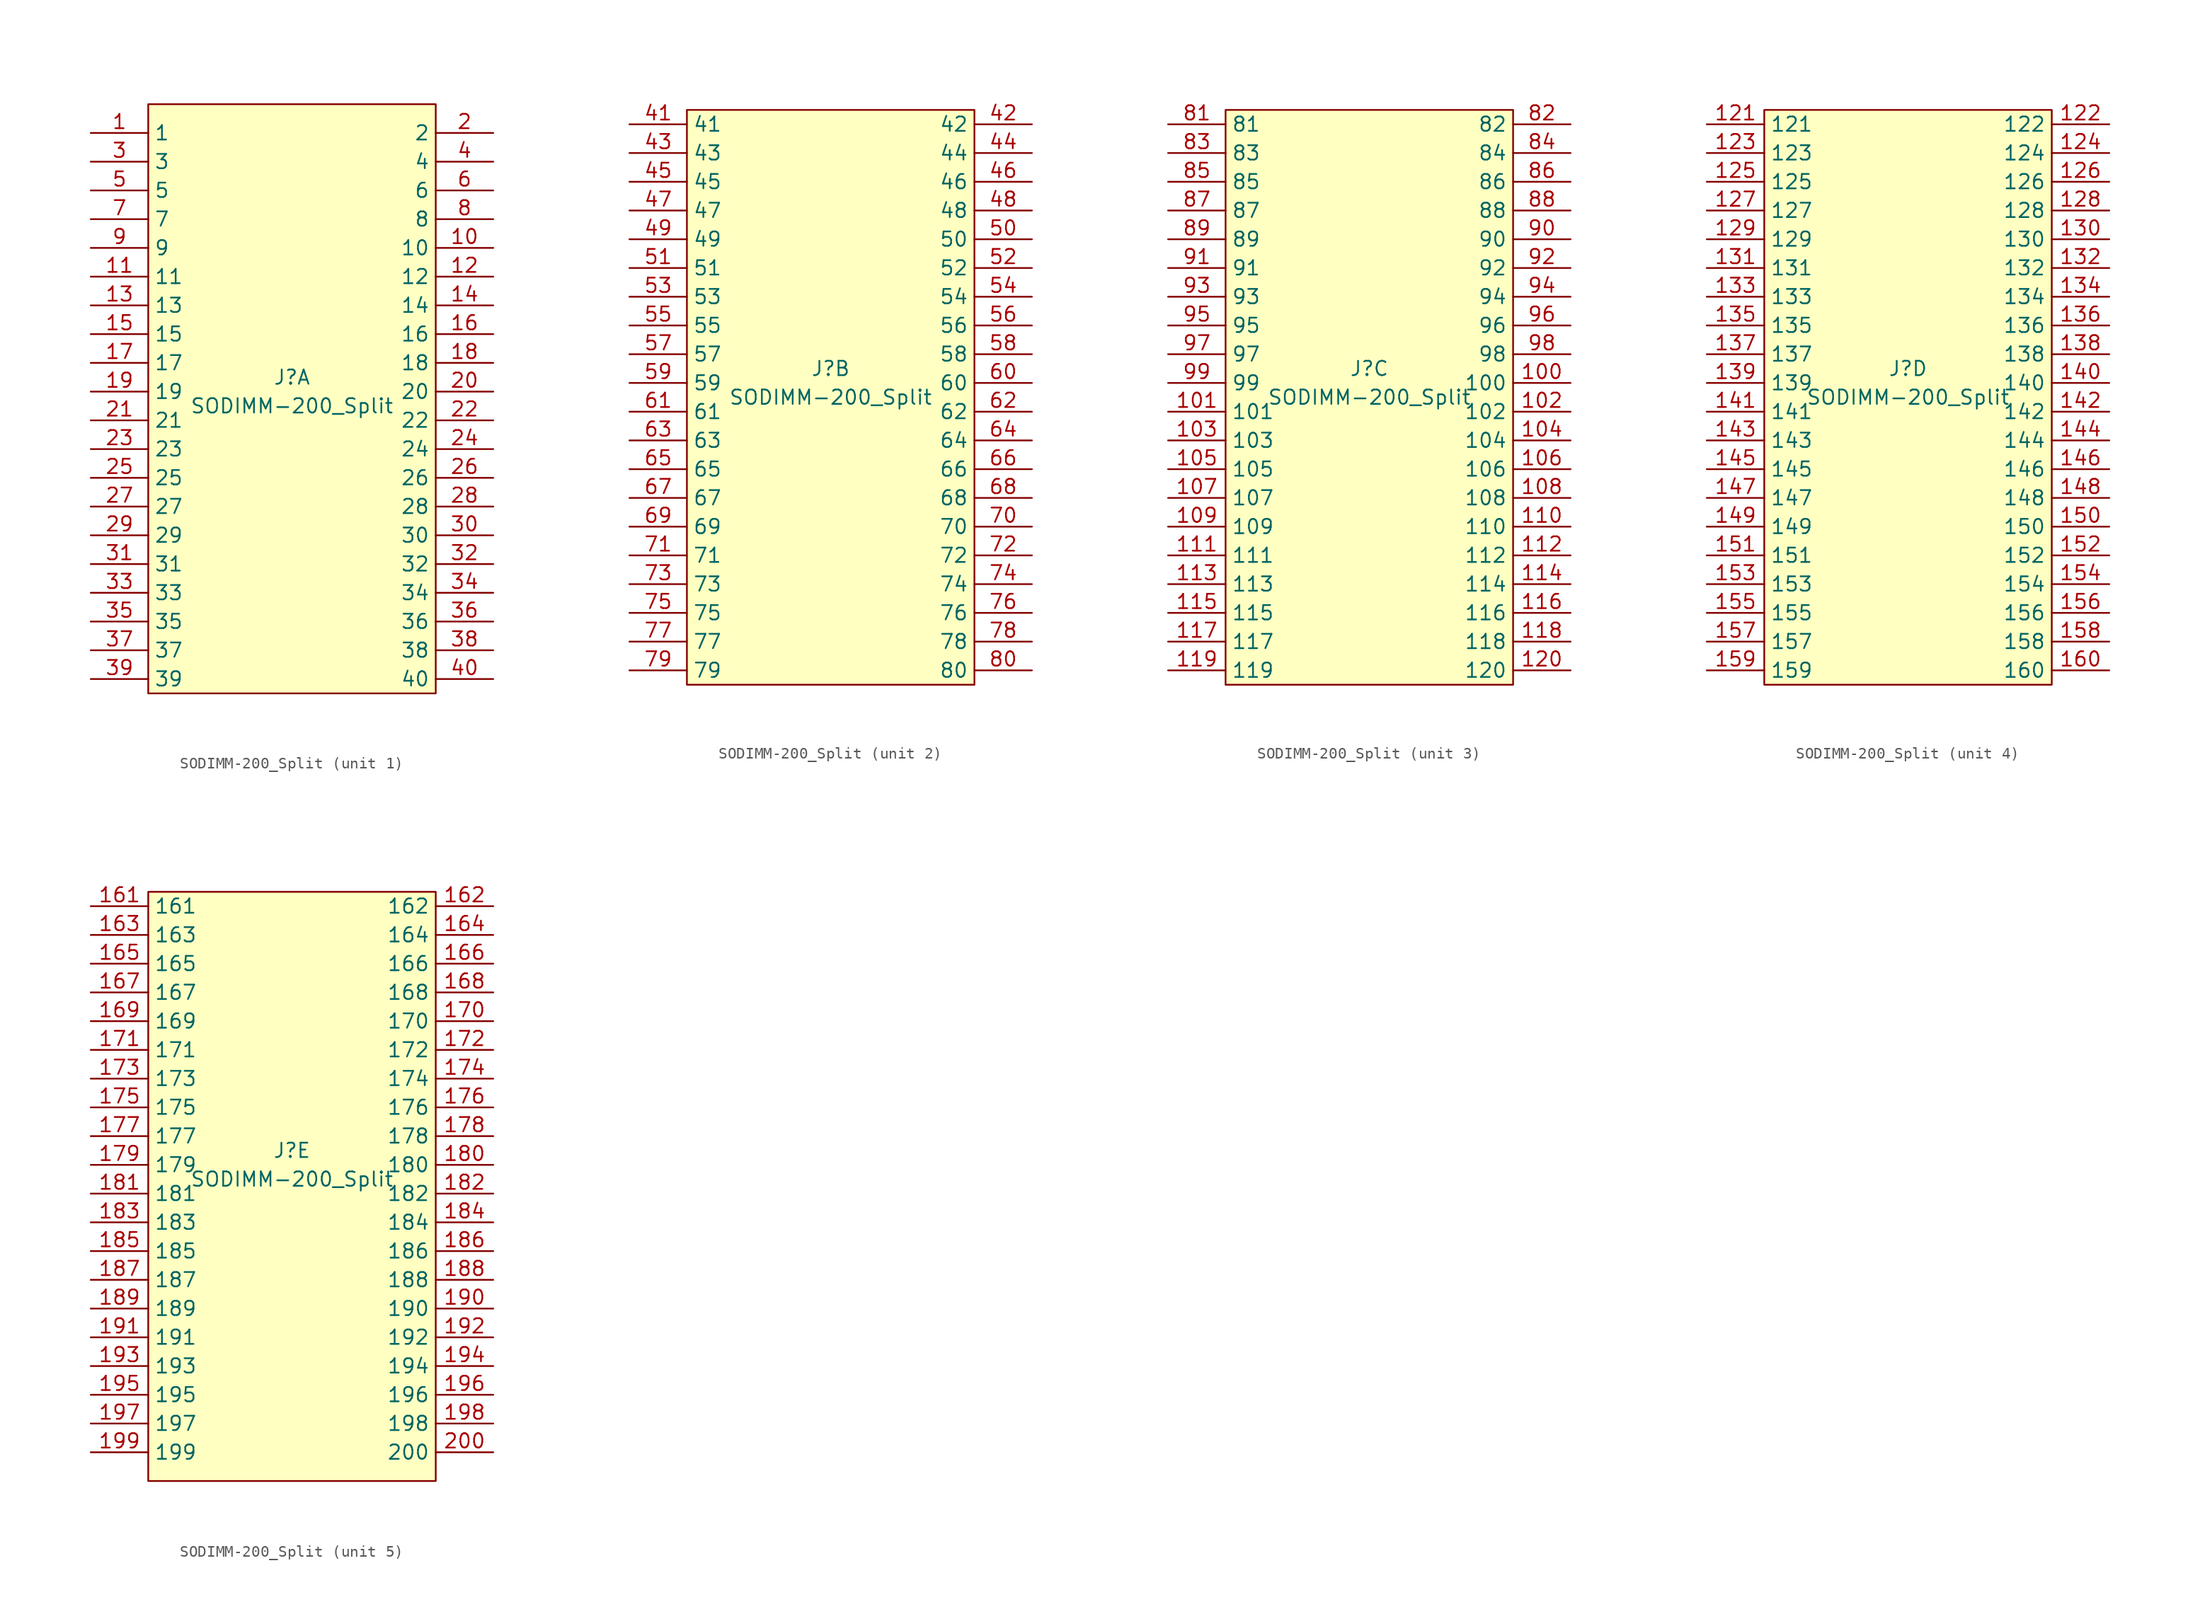
<source format=kicad_sym>
(kicad_symbol_lib
  (version 20201005)
  (generator kicad_symbol_editor)
  (symbol "SODIMM-200_Split"
    (property "Reference" "J"
      (at 0 1.27 0)
      (effects (font (size 1.27 1.27))))
    (property "Value" "SODIMM-200_Split"
      (at 0 -1.27 0)
      (effects (font (size 1.27 1.27))))
    (property "ki_locked" ""
      (at 0 0 0)
      (effects (font (size 1.27 1.27))))
    (symbol "SODIMM-200_Split_1_1"
      (rectangle (start -12.7 25.4) (end 12.7 -26.67) (stroke (width 0)) (fill (type background)))
      (pin passive line (at -17.78 22.86 0) (length 5.08) (name "1" (effects (font (size 1.27 1.27)))) (number "1" (effects (font (size 1.27 1.27)))))
      (pin passive line (at 17.78 12.7 180) (length 5.08) (name "10" (effects (font (size 1.27 1.27)))) (number "10" (effects (font (size 1.27 1.27)))))
      (pin passive line (at -17.78 10.16 0) (length 5.08) (name "11" (effects (font (size 1.27 1.27)))) (number "11" (effects (font (size 1.27 1.27)))))
      (pin passive line (at 17.78 10.16 180) (length 5.08) (name "12" (effects (font (size 1.27 1.27)))) (number "12" (effects (font (size 1.27 1.27)))))
      (pin passive line (at -17.78 7.62 0) (length 5.08) (name "13" (effects (font (size 1.27 1.27)))) (number "13" (effects (font (size 1.27 1.27)))))
      (pin passive line (at 17.78 7.62 180) (length 5.08) (name "14" (effects (font (size 1.27 1.27)))) (number "14" (effects (font (size 1.27 1.27)))))
      (pin passive line (at -17.78 5.08 0) (length 5.08) (name "15" (effects (font (size 1.27 1.27)))) (number "15" (effects (font (size 1.27 1.27)))))
      (pin passive line (at 17.78 5.08 180) (length 5.08) (name "16" (effects (font (size 1.27 1.27)))) (number "16" (effects (font (size 1.27 1.27)))))
      (pin passive line (at -17.78 2.54 0) (length 5.08) (name "17" (effects (font (size 1.27 1.27)))) (number "17" (effects (font (size 1.27 1.27)))))
      (pin passive line (at 17.78 2.54 180) (length 5.08) (name "18" (effects (font (size 1.27 1.27)))) (number "18" (effects (font (size 1.27 1.27)))))
      (pin passive line (at -17.78 0 0) (length 5.08) (name "19" (effects (font (size 1.27 1.27)))) (number "19" (effects (font (size 1.27 1.27)))))
      (pin passive line (at 17.78 22.86 180) (length 5.08) (name "2" (effects (font (size 1.27 1.27)))) (number "2" (effects (font (size 1.27 1.27)))))
      (pin passive line (at 17.78 0 180) (length 5.08) (name "20" (effects (font (size 1.27 1.27)))) (number "20" (effects (font (size 1.27 1.27)))))
      (pin passive line (at -17.78 -2.54 0) (length 5.08) (name "21" (effects (font (size 1.27 1.27)))) (number "21" (effects (font (size 1.27 1.27)))))
      (pin passive line (at 17.78 -2.54 180) (length 5.08) (name "22" (effects (font (size 1.27 1.27)))) (number "22" (effects (font (size 1.27 1.27)))))
      (pin passive line (at -17.78 -5.08 0) (length 5.08) (name "23" (effects (font (size 1.27 1.27)))) (number "23" (effects (font (size 1.27 1.27)))))
      (pin passive line (at 17.78 -5.08 180) (length 5.08) (name "24" (effects (font (size 1.27 1.27)))) (number "24" (effects (font (size 1.27 1.27)))))
      (pin passive line (at -17.78 -7.62 0) (length 5.08) (name "25" (effects (font (size 1.27 1.27)))) (number "25" (effects (font (size 1.27 1.27)))))
      (pin passive line (at 17.78 -7.62 180) (length 5.08) (name "26" (effects (font (size 1.27 1.27)))) (number "26" (effects (font (size 1.27 1.27)))))
      (pin passive line (at -17.78 -10.16 0) (length 5.08) (name "27" (effects (font (size 1.27 1.27)))) (number "27" (effects (font (size 1.27 1.27)))))
      (pin passive line (at 17.78 -10.16 180) (length 5.08) (name "28" (effects (font (size 1.27 1.27)))) (number "28" (effects (font (size 1.27 1.27)))))
      (pin passive line (at -17.78 -12.7 0) (length 5.08) (name "29" (effects (font (size 1.27 1.27)))) (number "29" (effects (font (size 1.27 1.27)))))
      (pin passive line (at -17.78 20.32 0) (length 5.08) (name "3" (effects (font (size 1.27 1.27)))) (number "3" (effects (font (size 1.27 1.27)))))
      (pin passive line (at 17.78 -12.7 180) (length 5.08) (name "30" (effects (font (size 1.27 1.27)))) (number "30" (effects (font (size 1.27 1.27)))))
      (pin passive line (at -17.78 -15.24 0) (length 5.08) (name "31" (effects (font (size 1.27 1.27)))) (number "31" (effects (font (size 1.27 1.27)))))
      (pin passive line (at 17.78 -15.24 180) (length 5.08) (name "32" (effects (font (size 1.27 1.27)))) (number "32" (effects (font (size 1.27 1.27)))))
      (pin passive line (at -17.78 -17.78 0) (length 5.08) (name "33" (effects (font (size 1.27 1.27)))) (number "33" (effects (font (size 1.27 1.27)))))
      (pin passive line (at 17.78 -17.78 180) (length 5.08) (name "34" (effects (font (size 1.27 1.27)))) (number "34" (effects (font (size 1.27 1.27)))))
      (pin passive line (at -17.78 -20.32 0) (length 5.08) (name "35" (effects (font (size 1.27 1.27)))) (number "35" (effects (font (size 1.27 1.27)))))
      (pin passive line (at 17.78 -20.32 180) (length 5.08) (name "36" (effects (font (size 1.27 1.27)))) (number "36" (effects (font (size 1.27 1.27)))))
      (pin passive line (at -17.78 -22.86 0) (length 5.08) (name "37" (effects (font (size 1.27 1.27)))) (number "37" (effects (font (size 1.27 1.27)))))
      (pin passive line (at 17.78 -22.86 180) (length 5.08) (name "38" (effects (font (size 1.27 1.27)))) (number "38" (effects (font (size 1.27 1.27)))))
      (pin passive line (at -17.78 -25.4 0) (length 5.08) (name "39" (effects (font (size 1.27 1.27)))) (number "39" (effects (font (size 1.27 1.27)))))
      (pin passive line (at 17.78 20.32 180) (length 5.08) (name "4" (effects (font (size 1.27 1.27)))) (number "4" (effects (font (size 1.27 1.27)))))
      (pin passive line (at 17.78 -25.4 180) (length 5.08) (name "40" (effects (font (size 1.27 1.27)))) (number "40" (effects (font (size 1.27 1.27)))))
      (pin passive line (at -17.78 17.78 0) (length 5.08) (name "5" (effects (font (size 1.27 1.27)))) (number "5" (effects (font (size 1.27 1.27)))))
      (pin passive line (at 17.78 17.78 180) (length 5.08) (name "6" (effects (font (size 1.27 1.27)))) (number "6" (effects (font (size 1.27 1.27)))))
      (pin passive line (at -17.78 15.24 0) (length 5.08) (name "7" (effects (font (size 1.27 1.27)))) (number "7" (effects (font (size 1.27 1.27)))))
      (pin passive line (at 17.78 15.24 180) (length 5.08) (name "8" (effects (font (size 1.27 1.27)))) (number "8" (effects (font (size 1.27 1.27)))))
      (pin passive line (at -17.78 12.7 0) (length 5.08) (name "9" (effects (font (size 1.27 1.27)))) (number "9" (effects (font (size 1.27 1.27))))))
    (symbol "SODIMM-200_Split_2_1"
      (rectangle (start -12.7 -26.67) (end 12.7 24.13) (stroke (width 0)) (fill (type background)))
      (pin passive line (at -17.78 22.86 0) (length 5.08) (name "41" (effects (font (size 1.27 1.27)))) (number "41" (effects (font (size 1.27 1.27)))))
      (pin passive line (at 17.78 22.86 180) (length 5.08) (name "42" (effects (font (size 1.27 1.27)))) (number "42" (effects (font (size 1.27 1.27)))))
      (pin passive line (at -17.78 20.32 0) (length 5.08) (name "43" (effects (font (size 1.27 1.27)))) (number "43" (effects (font (size 1.27 1.27)))))
      (pin passive line (at 17.78 20.32 180) (length 5.08) (name "44" (effects (font (size 1.27 1.27)))) (number "44" (effects (font (size 1.27 1.27)))))
      (pin passive line (at -17.78 17.78 0) (length 5.08) (name "45" (effects (font (size 1.27 1.27)))) (number "45" (effects (font (size 1.27 1.27)))))
      (pin passive line (at 17.78 17.78 180) (length 5.08) (name "46" (effects (font (size 1.27 1.27)))) (number "46" (effects (font (size 1.27 1.27)))))
      (pin passive line (at -17.78 15.24 0) (length 5.08) (name "47" (effects (font (size 1.27 1.27)))) (number "47" (effects (font (size 1.27 1.27)))))
      (pin passive line (at 17.78 15.24 180) (length 5.08) (name "48" (effects (font (size 1.27 1.27)))) (number "48" (effects (font (size 1.27 1.27)))))
      (pin passive line (at -17.78 12.7 0) (length 5.08) (name "49" (effects (font (size 1.27 1.27)))) (number "49" (effects (font (size 1.27 1.27)))))
      (pin passive line (at 17.78 12.7 180) (length 5.08) (name "50" (effects (font (size 1.27 1.27)))) (number "50" (effects (font (size 1.27 1.27)))))
      (pin passive line (at -17.78 10.16 0) (length 5.08) (name "51" (effects (font (size 1.27 1.27)))) (number "51" (effects (font (size 1.27 1.27)))))
      (pin passive line (at 17.78 10.16 180) (length 5.08) (name "52" (effects (font (size 1.27 1.27)))) (number "52" (effects (font (size 1.27 1.27)))))
      (pin passive line (at -17.78 7.62 0) (length 5.08) (name "53" (effects (font (size 1.27 1.27)))) (number "53" (effects (font (size 1.27 1.27)))))
      (pin passive line (at 17.78 7.62 180) (length 5.08) (name "54" (effects (font (size 1.27 1.27)))) (number "54" (effects (font (size 1.27 1.27)))))
      (pin passive line (at -17.78 5.08 0) (length 5.08) (name "55" (effects (font (size 1.27 1.27)))) (number "55" (effects (font (size 1.27 1.27)))))
      (pin passive line (at 17.78 5.08 180) (length 5.08) (name "56" (effects (font (size 1.27 1.27)))) (number "56" (effects (font (size 1.27 1.27)))))
      (pin passive line (at -17.78 2.54 0) (length 5.08) (name "57" (effects (font (size 1.27 1.27)))) (number "57" (effects (font (size 1.27 1.27)))))
      (pin passive line (at 17.78 2.54 180) (length 5.08) (name "58" (effects (font (size 1.27 1.27)))) (number "58" (effects (font (size 1.27 1.27)))))
      (pin passive line (at -17.78 0 0) (length 5.08) (name "59" (effects (font (size 1.27 1.27)))) (number "59" (effects (font (size 1.27 1.27)))))
      (pin passive line (at 17.78 0 180) (length 5.08) (name "60" (effects (font (size 1.27 1.27)))) (number "60" (effects (font (size 1.27 1.27)))))
      (pin passive line (at -17.78 -2.54 0) (length 5.08) (name "61" (effects (font (size 1.27 1.27)))) (number "61" (effects (font (size 1.27 1.27)))))
      (pin passive line (at 17.78 -2.54 180) (length 5.08) (name "62" (effects (font (size 1.27 1.27)))) (number "62" (effects (font (size 1.27 1.27)))))
      (pin passive line (at -17.78 -5.08 0) (length 5.08) (name "63" (effects (font (size 1.27 1.27)))) (number "63" (effects (font (size 1.27 1.27)))))
      (pin passive line (at 17.78 -5.08 180) (length 5.08) (name "64" (effects (font (size 1.27 1.27)))) (number "64" (effects (font (size 1.27 1.27)))))
      (pin passive line (at -17.78 -7.62 0) (length 5.08) (name "65" (effects (font (size 1.27 1.27)))) (number "65" (effects (font (size 1.27 1.27)))))
      (pin passive line (at 17.78 -7.62 180) (length 5.08) (name "66" (effects (font (size 1.27 1.27)))) (number "66" (effects (font (size 1.27 1.27)))))
      (pin passive line (at -17.78 -10.16 0) (length 5.08) (name "67" (effects (font (size 1.27 1.27)))) (number "67" (effects (font (size 1.27 1.27)))))
      (pin passive line (at 17.78 -10.16 180) (length 5.08) (name "68" (effects (font (size 1.27 1.27)))) (number "68" (effects (font (size 1.27 1.27)))))
      (pin passive line (at -17.78 -12.7 0) (length 5.08) (name "69" (effects (font (size 1.27 1.27)))) (number "69" (effects (font (size 1.27 1.27)))))
      (pin passive line (at 17.78 -12.7 180) (length 5.08) (name "70" (effects (font (size 1.27 1.27)))) (number "70" (effects (font (size 1.27 1.27)))))
      (pin passive line (at -17.78 -15.24 0) (length 5.08) (name "71" (effects (font (size 1.27 1.27)))) (number "71" (effects (font (size 1.27 1.27)))))
      (pin passive line (at 17.78 -15.24 180) (length 5.08) (name "72" (effects (font (size 1.27 1.27)))) (number "72" (effects (font (size 1.27 1.27)))))
      (pin passive line (at -17.78 -17.78 0) (length 5.08) (name "73" (effects (font (size 1.27 1.27)))) (number "73" (effects (font (size 1.27 1.27)))))
      (pin passive line (at 17.78 -17.78 180) (length 5.08) (name "74" (effects (font (size 1.27 1.27)))) (number "74" (effects (font (size 1.27 1.27)))))
      (pin passive line (at -17.78 -20.32 0) (length 5.08) (name "75" (effects (font (size 1.27 1.27)))) (number "75" (effects (font (size 1.27 1.27)))))
      (pin passive line (at 17.78 -20.32 180) (length 5.08) (name "76" (effects (font (size 1.27 1.27)))) (number "76" (effects (font (size 1.27 1.27)))))
      (pin passive line (at -17.78 -22.86 0) (length 5.08) (name "77" (effects (font (size 1.27 1.27)))) (number "77" (effects (font (size 1.27 1.27)))))
      (pin passive line (at 17.78 -22.86 180) (length 5.08) (name "78" (effects (font (size 1.27 1.27)))) (number "78" (effects (font (size 1.27 1.27)))))
      (pin passive line (at -17.78 -25.4 0) (length 5.08) (name "79" (effects (font (size 1.27 1.27)))) (number "79" (effects (font (size 1.27 1.27)))))
      (pin passive line (at 17.78 -25.4 180) (length 5.08) (name "80" (effects (font (size 1.27 1.27)))) (number "80" (effects (font (size 1.27 1.27))))))
    (symbol "SODIMM-200_Split_3_1"
      (rectangle (start -12.7 24.13) (end 12.7 -26.67) (stroke (width 0)) (fill (type background)))
      (pin passive line (at 17.78 0 180) (length 5.08) (name "100" (effects (font (size 1.27 1.27)))) (number "100" (effects (font (size 1.27 1.27)))))
      (pin passive line (at -17.78 -2.54 0) (length 5.08) (name "101" (effects (font (size 1.27 1.27)))) (number "101" (effects (font (size 1.27 1.27)))))
      (pin passive line (at 17.78 -2.54 180) (length 5.08) (name "102" (effects (font (size 1.27 1.27)))) (number "102" (effects (font (size 1.27 1.27)))))
      (pin passive line (at -17.78 -5.08 0) (length 5.08) (name "103" (effects (font (size 1.27 1.27)))) (number "103" (effects (font (size 1.27 1.27)))))
      (pin passive line (at 17.78 -5.08 180) (length 5.08) (name "104" (effects (font (size 1.27 1.27)))) (number "104" (effects (font (size 1.27 1.27)))))
      (pin passive line (at -17.78 -7.62 0) (length 5.08) (name "105" (effects (font (size 1.27 1.27)))) (number "105" (effects (font (size 1.27 1.27)))))
      (pin passive line (at 17.78 -7.62 180) (length 5.08) (name "106" (effects (font (size 1.27 1.27)))) (number "106" (effects (font (size 1.27 1.27)))))
      (pin passive line (at -17.78 -10.16 0) (length 5.08) (name "107" (effects (font (size 1.27 1.27)))) (number "107" (effects (font (size 1.27 1.27)))))
      (pin passive line (at 17.78 -10.16 180) (length 5.08) (name "108" (effects (font (size 1.27 1.27)))) (number "108" (effects (font (size 1.27 1.27)))))
      (pin passive line (at -17.78 -12.7 0) (length 5.08) (name "109" (effects (font (size 1.27 1.27)))) (number "109" (effects (font (size 1.27 1.27)))))
      (pin passive line (at 17.78 -12.7 180) (length 5.08) (name "110" (effects (font (size 1.27 1.27)))) (number "110" (effects (font (size 1.27 1.27)))))
      (pin passive line (at -17.78 -15.24 0) (length 5.08) (name "111" (effects (font (size 1.27 1.27)))) (number "111" (effects (font (size 1.27 1.27)))))
      (pin passive line (at 17.78 -15.24 180) (length 5.08) (name "112" (effects (font (size 1.27 1.27)))) (number "112" (effects (font (size 1.27 1.27)))))
      (pin passive line (at -17.78 -17.78 0) (length 5.08) (name "113" (effects (font (size 1.27 1.27)))) (number "113" (effects (font (size 1.27 1.27)))))
      (pin passive line (at 17.78 -17.78 180) (length 5.08) (name "114" (effects (font (size 1.27 1.27)))) (number "114" (effects (font (size 1.27 1.27)))))
      (pin passive line (at -17.78 -20.32 0) (length 5.08) (name "115" (effects (font (size 1.27 1.27)))) (number "115" (effects (font (size 1.27 1.27)))))
      (pin passive line (at 17.78 -20.32 180) (length 5.08) (name "116" (effects (font (size 1.27 1.27)))) (number "116" (effects (font (size 1.27 1.27)))))
      (pin passive line (at -17.78 -22.86 0) (length 5.08) (name "117" (effects (font (size 1.27 1.27)))) (number "117" (effects (font (size 1.27 1.27)))))
      (pin passive line (at 17.78 -22.86 180) (length 5.08) (name "118" (effects (font (size 1.27 1.27)))) (number "118" (effects (font (size 1.27 1.27)))))
      (pin passive line (at -17.78 -25.4 0) (length 5.08) (name "119" (effects (font (size 1.27 1.27)))) (number "119" (effects (font (size 1.27 1.27)))))
      (pin passive line (at 17.78 -25.4 180) (length 5.08) (name "120" (effects (font (size 1.27 1.27)))) (number "120" (effects (font (size 1.27 1.27)))))
      (pin passive line (at -17.78 22.86 0) (length 5.08) (name "81" (effects (font (size 1.27 1.27)))) (number "81" (effects (font (size 1.27 1.27)))))
      (pin passive line (at 17.78 22.86 180) (length 5.08) (name "82" (effects (font (size 1.27 1.27)))) (number "82" (effects (font (size 1.27 1.27)))))
      (pin passive line (at -17.78 20.32 0) (length 5.08) (name "83" (effects (font (size 1.27 1.27)))) (number "83" (effects (font (size 1.27 1.27)))))
      (pin passive line (at 17.78 20.32 180) (length 5.08) (name "84" (effects (font (size 1.27 1.27)))) (number "84" (effects (font (size 1.27 1.27)))))
      (pin passive line (at -17.78 17.78 0) (length 5.08) (name "85" (effects (font (size 1.27 1.27)))) (number "85" (effects (font (size 1.27 1.27)))))
      (pin passive line (at 17.78 17.78 180) (length 5.08) (name "86" (effects (font (size 1.27 1.27)))) (number "86" (effects (font (size 1.27 1.27)))))
      (pin passive line (at -17.78 15.24 0) (length 5.08) (name "87" (effects (font (size 1.27 1.27)))) (number "87" (effects (font (size 1.27 1.27)))))
      (pin passive line (at 17.78 15.24 180) (length 5.08) (name "88" (effects (font (size 1.27 1.27)))) (number "88" (effects (font (size 1.27 1.27)))))
      (pin passive line (at -17.78 12.7 0) (length 5.08) (name "89" (effects (font (size 1.27 1.27)))) (number "89" (effects (font (size 1.27 1.27)))))
      (pin passive line (at 17.78 12.7 180) (length 5.08) (name "90" (effects (font (size 1.27 1.27)))) (number "90" (effects (font (size 1.27 1.27)))))
      (pin passive line (at -17.78 10.16 0) (length 5.08) (name "91" (effects (font (size 1.27 1.27)))) (number "91" (effects (font (size 1.27 1.27)))))
      (pin passive line (at 17.78 10.16 180) (length 5.08) (name "92" (effects (font (size 1.27 1.27)))) (number "92" (effects (font (size 1.27 1.27)))))
      (pin passive line (at -17.78 7.62 0) (length 5.08) (name "93" (effects (font (size 1.27 1.27)))) (number "93" (effects (font (size 1.27 1.27)))))
      (pin passive line (at 17.78 7.62 180) (length 5.08) (name "94" (effects (font (size 1.27 1.27)))) (number "94" (effects (font (size 1.27 1.27)))))
      (pin passive line (at -17.78 5.08 0) (length 5.08) (name "95" (effects (font (size 1.27 1.27)))) (number "95" (effects (font (size 1.27 1.27)))))
      (pin passive line (at 17.78 5.08 180) (length 5.08) (name "96" (effects (font (size 1.27 1.27)))) (number "96" (effects (font (size 1.27 1.27)))))
      (pin passive line (at -17.78 2.54 0) (length 5.08) (name "97" (effects (font (size 1.27 1.27)))) (number "97" (effects (font (size 1.27 1.27)))))
      (pin passive line (at 17.78 2.54 180) (length 5.08) (name "98" (effects (font (size 1.27 1.27)))) (number "98" (effects (font (size 1.27 1.27)))))
      (pin passive line (at -17.78 0 0) (length 5.08) (name "99" (effects (font (size 1.27 1.27)))) (number "99" (effects (font (size 1.27 1.27))))))
    (symbol "SODIMM-200_Split_4_1"
      (rectangle (start -12.7 24.13) (end 12.7 -26.67) (stroke (width 0)) (fill (type background)))
      (pin passive line (at -17.78 22.86 0) (length 5.08) (name "121" (effects (font (size 1.27 1.27)))) (number "121" (effects (font (size 1.27 1.27)))))
      (pin passive line (at 17.78 22.86 180) (length 5.08) (name "122" (effects (font (size 1.27 1.27)))) (number "122" (effects (font (size 1.27 1.27)))))
      (pin passive line (at -17.78 20.32 0) (length 5.08) (name "123" (effects (font (size 1.27 1.27)))) (number "123" (effects (font (size 1.27 1.27)))))
      (pin passive line (at 17.78 20.32 180) (length 5.08) (name "124" (effects (font (size 1.27 1.27)))) (number "124" (effects (font (size 1.27 1.27)))))
      (pin passive line (at -17.78 17.78 0) (length 5.08) (name "125" (effects (font (size 1.27 1.27)))) (number "125" (effects (font (size 1.27 1.27)))))
      (pin passive line (at 17.78 17.78 180) (length 5.08) (name "126" (effects (font (size 1.27 1.27)))) (number "126" (effects (font (size 1.27 1.27)))))
      (pin passive line (at -17.78 15.24 0) (length 5.08) (name "127" (effects (font (size 1.27 1.27)))) (number "127" (effects (font (size 1.27 1.27)))))
      (pin passive line (at 17.78 15.24 180) (length 5.08) (name "128" (effects (font (size 1.27 1.27)))) (number "128" (effects (font (size 1.27 1.27)))))
      (pin passive line (at -17.78 12.7 0) (length 5.08) (name "129" (effects (font (size 1.27 1.27)))) (number "129" (effects (font (size 1.27 1.27)))))
      (pin passive line (at 17.78 12.7 180) (length 5.08) (name "130" (effects (font (size 1.27 1.27)))) (number "130" (effects (font (size 1.27 1.27)))))
      (pin passive line (at -17.78 10.16 0) (length 5.08) (name "131" (effects (font (size 1.27 1.27)))) (number "131" (effects (font (size 1.27 1.27)))))
      (pin passive line (at 17.78 10.16 180) (length 5.08) (name "132" (effects (font (size 1.27 1.27)))) (number "132" (effects (font (size 1.27 1.27)))))
      (pin passive line (at -17.78 7.62 0) (length 5.08) (name "133" (effects (font (size 1.27 1.27)))) (number "133" (effects (font (size 1.27 1.27)))))
      (pin passive line (at 17.78 7.62 180) (length 5.08) (name "134" (effects (font (size 1.27 1.27)))) (number "134" (effects (font (size 1.27 1.27)))))
      (pin passive line (at -17.78 5.08 0) (length 5.08) (name "135" (effects (font (size 1.27 1.27)))) (number "135" (effects (font (size 1.27 1.27)))))
      (pin passive line (at 17.78 5.08 180) (length 5.08) (name "136" (effects (font (size 1.27 1.27)))) (number "136" (effects (font (size 1.27 1.27)))))
      (pin passive line (at -17.78 2.54 0) (length 5.08) (name "137" (effects (font (size 1.27 1.27)))) (number "137" (effects (font (size 1.27 1.27)))))
      (pin passive line (at 17.78 2.54 180) (length 5.08) (name "138" (effects (font (size 1.27 1.27)))) (number "138" (effects (font (size 1.27 1.27)))))
      (pin passive line (at -17.78 0 0) (length 5.08) (name "139" (effects (font (size 1.27 1.27)))) (number "139" (effects (font (size 1.27 1.27)))))
      (pin passive line (at 17.78 0 180) (length 5.08) (name "140" (effects (font (size 1.27 1.27)))) (number "140" (effects (font (size 1.27 1.27)))))
      (pin passive line (at -17.78 -2.54 0) (length 5.08) (name "141" (effects (font (size 1.27 1.27)))) (number "141" (effects (font (size 1.27 1.27)))))
      (pin passive line (at 17.78 -2.54 180) (length 5.08) (name "142" (effects (font (size 1.27 1.27)))) (number "142" (effects (font (size 1.27 1.27)))))
      (pin passive line (at -17.78 -5.08 0) (length 5.08) (name "143" (effects (font (size 1.27 1.27)))) (number "143" (effects (font (size 1.27 1.27)))))
      (pin passive line (at 17.78 -5.08 180) (length 5.08) (name "144" (effects (font (size 1.27 1.27)))) (number "144" (effects (font (size 1.27 1.27)))))
      (pin passive line (at -17.78 -7.62 0) (length 5.08) (name "145" (effects (font (size 1.27 1.27)))) (number "145" (effects (font (size 1.27 1.27)))))
      (pin passive line (at 17.78 -7.62 180) (length 5.08) (name "146" (effects (font (size 1.27 1.27)))) (number "146" (effects (font (size 1.27 1.27)))))
      (pin passive line (at -17.78 -10.16 0) (length 5.08) (name "147" (effects (font (size 1.27 1.27)))) (number "147" (effects (font (size 1.27 1.27)))))
      (pin passive line (at 17.78 -10.16 180) (length 5.08) (name "148" (effects (font (size 1.27 1.27)))) (number "148" (effects (font (size 1.27 1.27)))))
      (pin passive line (at -17.78 -12.7 0) (length 5.08) (name "149" (effects (font (size 1.27 1.27)))) (number "149" (effects (font (size 1.27 1.27)))))
      (pin passive line (at 17.78 -12.7 180) (length 5.08) (name "150" (effects (font (size 1.27 1.27)))) (number "150" (effects (font (size 1.27 1.27)))))
      (pin passive line (at -17.78 -15.24 0) (length 5.08) (name "151" (effects (font (size 1.27 1.27)))) (number "151" (effects (font (size 1.27 1.27)))))
      (pin passive line (at 17.78 -15.24 180) (length 5.08) (name "152" (effects (font (size 1.27 1.27)))) (number "152" (effects (font (size 1.27 1.27)))))
      (pin passive line (at -17.78 -17.78 0) (length 5.08) (name "153" (effects (font (size 1.27 1.27)))) (number "153" (effects (font (size 1.27 1.27)))))
      (pin passive line (at 17.78 -17.78 180) (length 5.08) (name "154" (effects (font (size 1.27 1.27)))) (number "154" (effects (font (size 1.27 1.27)))))
      (pin passive line (at -17.78 -20.32 0) (length 5.08) (name "155" (effects (font (size 1.27 1.27)))) (number "155" (effects (font (size 1.27 1.27)))))
      (pin passive line (at 17.78 -20.32 180) (length 5.08) (name "156" (effects (font (size 1.27 1.27)))) (number "156" (effects (font (size 1.27 1.27)))))
      (pin passive line (at -17.78 -22.86 0) (length 5.08) (name "157" (effects (font (size 1.27 1.27)))) (number "157" (effects (font (size 1.27 1.27)))))
      (pin passive line (at 17.78 -22.86 180) (length 5.08) (name "158" (effects (font (size 1.27 1.27)))) (number "158" (effects (font (size 1.27 1.27)))))
      (pin passive line (at -17.78 -25.4 0) (length 5.08) (name "159" (effects (font (size 1.27 1.27)))) (number "159" (effects (font (size 1.27 1.27)))))
      (pin passive line (at 17.78 -25.4 180) (length 5.08) (name "160" (effects (font (size 1.27 1.27)))) (number "160" (effects (font (size 1.27 1.27))))))
    (symbol "SODIMM-200_Split_5_1"
      (rectangle (start -12.7 24.13) (end 12.7 -27.94) (stroke (width 0)) (fill (type background)))
      (pin passive line (at -17.78 22.86 0) (length 5.08) (name "161" (effects (font (size 1.27 1.27)))) (number "161" (effects (font (size 1.27 1.27)))))
      (pin passive line (at 17.78 22.86 180) (length 5.08) (name "162" (effects (font (size 1.27 1.27)))) (number "162" (effects (font (size 1.27 1.27)))))
      (pin passive line (at -17.78 20.32 0) (length 5.08) (name "163" (effects (font (size 1.27 1.27)))) (number "163" (effects (font (size 1.27 1.27)))))
      (pin passive line (at 17.78 20.32 180) (length 5.08) (name "164" (effects (font (size 1.27 1.27)))) (number "164" (effects (font (size 1.27 1.27)))))
      (pin passive line (at -17.78 17.78 0) (length 5.08) (name "165" (effects (font (size 1.27 1.27)))) (number "165" (effects (font (size 1.27 1.27)))))
      (pin passive line (at 17.78 17.78 180) (length 5.08) (name "166" (effects (font (size 1.27 1.27)))) (number "166" (effects (font (size 1.27 1.27)))))
      (pin passive line (at -17.78 15.24 0) (length 5.08) (name "167" (effects (font (size 1.27 1.27)))) (number "167" (effects (font (size 1.27 1.27)))))
      (pin passive line (at 17.78 15.24 180) (length 5.08) (name "168" (effects (font (size 1.27 1.27)))) (number "168" (effects (font (size 1.27 1.27)))))
      (pin passive line (at -17.78 12.7 0) (length 5.08) (name "169" (effects (font (size 1.27 1.27)))) (number "169" (effects (font (size 1.27 1.27)))))
      (pin passive line (at 17.78 12.7 180) (length 5.08) (name "170" (effects (font (size 1.27 1.27)))) (number "170" (effects (font (size 1.27 1.27)))))
      (pin passive line (at -17.78 10.16 0) (length 5.08) (name "171" (effects (font (size 1.27 1.27)))) (number "171" (effects (font (size 1.27 1.27)))))
      (pin passive line (at 17.78 10.16 180) (length 5.08) (name "172" (effects (font (size 1.27 1.27)))) (number "172" (effects (font (size 1.27 1.27)))))
      (pin passive line (at -17.78 7.62 0) (length 5.08) (name "173" (effects (font (size 1.27 1.27)))) (number "173" (effects (font (size 1.27 1.27)))))
      (pin passive line (at 17.78 7.62 180) (length 5.08) (name "174" (effects (font (size 1.27 1.27)))) (number "174" (effects (font (size 1.27 1.27)))))
      (pin passive line (at -17.78 5.08 0) (length 5.08) (name "175" (effects (font (size 1.27 1.27)))) (number "175" (effects (font (size 1.27 1.27)))))
      (pin passive line (at 17.78 5.08 180) (length 5.08) (name "176" (effects (font (size 1.27 1.27)))) (number "176" (effects (font (size 1.27 1.27)))))
      (pin passive line (at -17.78 2.54 0) (length 5.08) (name "177" (effects (font (size 1.27 1.27)))) (number "177" (effects (font (size 1.27 1.27)))))
      (pin passive line (at 17.78 2.54 180) (length 5.08) (name "178" (effects (font (size 1.27 1.27)))) (number "178" (effects (font (size 1.27 1.27)))))
      (pin passive line (at -17.78 0 0) (length 5.08) (name "179" (effects (font (size 1.27 1.27)))) (number "179" (effects (font (size 1.27 1.27)))))
      (pin passive line (at 17.78 0 180) (length 5.08) (name "180" (effects (font (size 1.27 1.27)))) (number "180" (effects (font (size 1.27 1.27)))))
      (pin passive line (at -17.78 -2.54 0) (length 5.08) (name "181" (effects (font (size 1.27 1.27)))) (number "181" (effects (font (size 1.27 1.27)))))
      (pin passive line (at 17.78 -2.54 180) (length 5.08) (name "182" (effects (font (size 1.27 1.27)))) (number "182" (effects (font (size 1.27 1.27)))))
      (pin passive line (at -17.78 -5.08 0) (length 5.08) (name "183" (effects (font (size 1.27 1.27)))) (number "183" (effects (font (size 1.27 1.27)))))
      (pin passive line (at 17.78 -5.08 180) (length 5.08) (name "184" (effects (font (size 1.27 1.27)))) (number "184" (effects (font (size 1.27 1.27)))))
      (pin passive line (at -17.78 -7.62 0) (length 5.08) (name "185" (effects (font (size 1.27 1.27)))) (number "185" (effects (font (size 1.27 1.27)))))
      (pin passive line (at 17.78 -7.62 180) (length 5.08) (name "186" (effects (font (size 1.27 1.27)))) (number "186" (effects (font (size 1.27 1.27)))))
      (pin passive line (at -17.78 -10.16 0) (length 5.08) (name "187" (effects (font (size 1.27 1.27)))) (number "187" (effects (font (size 1.27 1.27)))))
      (pin passive line (at 17.78 -10.16 180) (length 5.08) (name "188" (effects (font (size 1.27 1.27)))) (number "188" (effects (font (size 1.27 1.27)))))
      (pin passive line (at -17.78 -12.7 0) (length 5.08) (name "189" (effects (font (size 1.27 1.27)))) (number "189" (effects (font (size 1.27 1.27)))))
      (pin passive line (at 17.78 -12.7 180) (length 5.08) (name "190" (effects (font (size 1.27 1.27)))) (number "190" (effects (font (size 1.27 1.27)))))
      (pin passive line (at -17.78 -15.24 0) (length 5.08) (name "191" (effects (font (size 1.27 1.27)))) (number "191" (effects (font (size 1.27 1.27)))))
      (pin passive line (at 17.78 -15.24 180) (length 5.08) (name "192" (effects (font (size 1.27 1.27)))) (number "192" (effects (font (size 1.27 1.27)))))
      (pin passive line (at -17.78 -17.78 0) (length 5.08) (name "193" (effects (font (size 1.27 1.27)))) (number "193" (effects (font (size 1.27 1.27)))))
      (pin passive line (at 17.78 -17.78 180) (length 5.08) (name "194" (effects (font (size 1.27 1.27)))) (number "194" (effects (font (size 1.27 1.27)))))
      (pin passive line (at -17.78 -20.32 0) (length 5.08) (name "195" (effects (font (size 1.27 1.27)))) (number "195" (effects (font (size 1.27 1.27)))))
      (pin passive line (at 17.78 -20.32 180) (length 5.08) (name "196" (effects (font (size 1.27 1.27)))) (number "196" (effects (font (size 1.27 1.27)))))
      (pin passive line (at -17.78 -22.86 0) (length 5.08) (name "197" (effects (font (size 1.27 1.27)))) (number "197" (effects (font (size 1.27 1.27)))))
      (pin passive line (at 17.78 -22.86 180) (length 5.08) (name "198" (effects (font (size 1.27 1.27)))) (number "198" (effects (font (size 1.27 1.27)))))
      (pin passive line (at -17.78 -25.4 0) (length 5.08) (name "199" (effects (font (size 1.27 1.27)))) (number "199" (effects (font (size 1.27 1.27)))))
      (pin passive line (at 17.78 -25.4 180) (length 5.08) (name "200" (effects (font (size 1.27 1.27)))) (number "200" (effects (font (size 1.27 1.27))))))))
</source>
